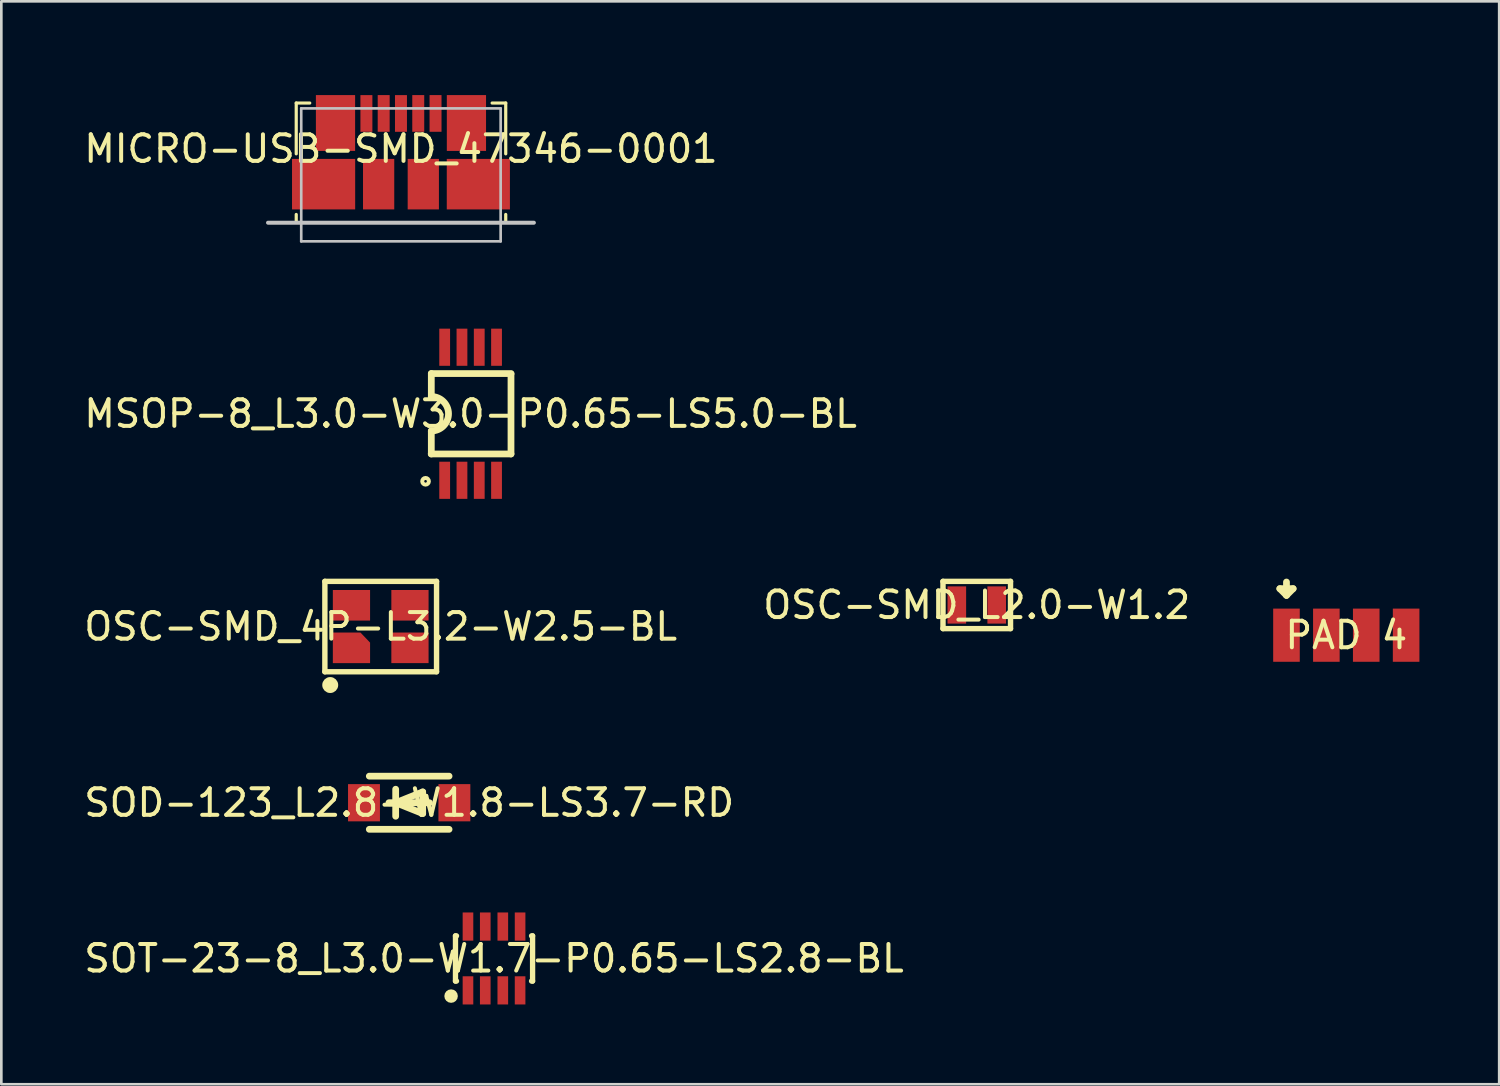
<source format=kicad_pcb>
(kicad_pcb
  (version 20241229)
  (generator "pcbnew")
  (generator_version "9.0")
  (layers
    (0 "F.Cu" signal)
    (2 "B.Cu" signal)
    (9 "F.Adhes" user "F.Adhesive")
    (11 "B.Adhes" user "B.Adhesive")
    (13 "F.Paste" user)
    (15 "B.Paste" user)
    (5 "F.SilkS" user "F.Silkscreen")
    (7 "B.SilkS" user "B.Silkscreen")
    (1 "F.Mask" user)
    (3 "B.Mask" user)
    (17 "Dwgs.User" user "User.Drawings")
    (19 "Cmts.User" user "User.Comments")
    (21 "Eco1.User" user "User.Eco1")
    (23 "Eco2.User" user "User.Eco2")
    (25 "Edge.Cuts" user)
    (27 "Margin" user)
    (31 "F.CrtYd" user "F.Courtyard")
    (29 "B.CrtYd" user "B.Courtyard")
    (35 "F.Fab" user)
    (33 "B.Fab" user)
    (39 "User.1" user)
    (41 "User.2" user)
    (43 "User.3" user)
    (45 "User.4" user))
  (footprint "OSC-SMD_4P-L3.2-W2.5-BL"
    (layer "F.Cu")
    (at 11.268 20.514)
    (property "Reference" "OSC-SMD_4P-L3.2-W2.5-BL" (at 0 0 0) (layer "F.SilkS") (effects (font (size 1 1) (thickness 0.15))))
    (fp_line (start -2.1 -1.7) (end -2.1 1.7) (stroke (width 0.203) (type default)) (layer "F.SilkS"))
    (fp_line (start -2.1 1.7) (end 2.1 1.7) (stroke (width 0.203) (type default)) (layer "F.SilkS"))
    (fp_line (start 2.1 -1.7) (end -2.1 -1.7) (stroke (width 0.203) (type default)) (layer "F.SilkS"))
    (fp_line (start 2.1 1.7) (end 2.1 -1.7) (stroke (width 0.203) (type default)) (layer "F.SilkS"))
    (fp_arc (start -1.8975 2.0495) (mid -1.89925 2.349507) (end -1.9 2.0495) (stroke (width 0.3) (type default)) (layer "F.SilkS"))
    (pad "1" smd custom (at -1.1 0.8) (size 0.000001 0.000001) (layers "F.Cu" "F.Mask" "F.Paste") (options (anchor circle)) (primitives (gr_poly (pts (xy -0.7 -0.575) (xy 0.338 -0.575) (xy 0.7 -0.196) (xy 0.7 0.575) (xy -0.7 0.575)) (width 0) (fill yes))))
    (pad "2" smd rect (at 1.1 0.8) (size 1.4 1.15) (layers "F.Cu" "F.Mask" "F.Paste"))
    (pad "3" smd rect (at 1.1 -0.8) (size 1.4 1.15) (layers "F.Cu" "F.Mask" "F.Paste"))
    (pad "4" smd rect (at -1.1 -0.8) (size 1.4 1.15) (layers "F.Cu" "F.Mask" "F.Paste")))
  (footprint "MSOP-8_L3.0-W3.0-P0.65-LS5.0-BL"
    (layer "F.Cu")
    (at 14.649 12.511)
    (property "Reference" "MSOP-8_L3.0-W3.0-P0.65-LS5.0-BL" (at 0 0 0) (layer "F.SilkS") (effects (font (size 1 1) (thickness 0.15))))
    (fp_line (start -1.481 1.512) (end 1.519 1.512) (stroke (width 0.254) (type default)) (layer "F.SilkS"))
    (fp_line (start -1.478 -1.512) (end 1.522 -1.512) (stroke (width 0.254) (type default)) (layer "F.SilkS"))
    (fp_line (start -1.478 -0.647) (end -1.478 -1.512) (stroke (width 0.254) (type default)) (layer "F.SilkS"))
    (fp_line (start -1.478 1.512) (end -1.478 0.647) (stroke (width 0.254) (type default)) (layer "F.SilkS"))
    (fp_line (start 1.519 1.512) (end 1.519 -1.488) (stroke (width 0.254) (type default)) (layer "F.SilkS"))
    (fp_arc (start -1.693 2.415) (mid -1.69475 2.665009) (end -1.6955 2.415) (stroke (width 0.15) (type default)) (layer "F.SilkS"))
    (fp_arc (start -1.4785 -0.6475) (mid -0.831 0) (end -1.4785 0.6475) (stroke (width 0.254) (type default)) (layer "F.SilkS"))
    (pad "1" smd rect (at -0.975 2.502 90) (size 1.397 0.406) (layers "F.Cu" "F.Mask" "F.Paste"))
    (pad "2" smd rect (at -0.325 2.502 90) (size 1.397 0.406) (layers "F.Cu" "F.Mask" "F.Paste"))
    (pad "3" smd rect (at 0.325 2.502 90) (size 1.397 0.406) (layers "F.Cu" "F.Mask" "F.Paste"))
    (pad "4" smd rect (at 0.975 2.502 90) (size 1.397 0.406) (layers "F.Cu" "F.Mask" "F.Paste"))
    (pad "5" smd rect (at 0.975 -2.502 90) (size 1.397 0.406) (layers "F.Cu" "F.Mask" "F.Paste"))
    (pad "6" smd rect (at 0.325 -2.502 90) (size 1.397 0.406) (layers "F.Cu" "F.Mask" "F.Paste"))
    (pad "7" smd rect (at -0.325 -2.502 90) (size 1.397 0.406) (layers "F.Cu" "F.Mask" "F.Paste"))
    (pad "8" smd rect (at -0.975 -2.502 90) (size 1.397 0.406) (layers "F.Cu" "F.Mask" "F.Paste")))
  (footprint "SOT-23-8_L3.0-W1.7-P0.65-LS2.8-BL"
    (layer "F.Cu")
    (at 15.53 32.997)
    (property "Reference" "SOT-23-8_L3.0-W1.7-P0.65-LS2.8-BL" (at 0 0 0) (layer "F.SilkS") (effects (font (size 1 1) (thickness 0.15))))
    (fp_line (start -1.45 -0.85) (end -1.411 -0.85) (stroke (width 0.2) (type default)) (layer "F.SilkS"))
    (fp_line (start -1.45 0) (end -1.45 -0.85) (stroke (width 0.2) (type default)) (layer "F.SilkS"))
    (fp_line (start -1.45 0.85) (end -1.45 0) (stroke (width 0.2) (type default)) (layer "F.SilkS"))
    (fp_line (start -1.411 0.85) (end -1.45 0.85) (stroke (width 0.2) (type default)) (layer "F.SilkS"))
    (fp_line (start 1.411 -0.85) (end 1.45 -0.85) (stroke (width 0.2) (type default)) (layer "F.SilkS"))
    (fp_line (start 1.45 -0.85) (end 1.45 0.85) (stroke (width 0.2) (type default)) (layer "F.SilkS"))
    (fp_line (start 1.45 0.85) (end 1.411 0.85) (stroke (width 0.2) (type default)) (layer "F.SilkS"))
    (fp_circle (center -1.615 1.415) (end -1.488 1.415) (stroke (width 0.254) (type default)) (fill no) (layer "F.SilkS"))
    (pad "1" smd rect (at -0.98 1.2 90) (size 1.06 0.4) (layers "F.Cu" "F.Mask" "F.Paste"))
    (pad "2" smd rect (at -0.33 1.2 90) (size 1.06 0.4) (layers "F.Cu" "F.Mask" "F.Paste"))
    (pad "3" smd rect (at 0.33 1.2 90) (size 1.06 0.4) (layers "F.Cu" "F.Mask" "F.Paste"))
    (pad "4" smd rect (at 0.98 1.2 90) (size 1.06 0.4) (layers "F.Cu" "F.Mask" "F.Paste"))
    (pad "5" smd rect (at 0.98 -1.2 90) (size 1.06 0.4) (layers "F.Cu" "F.Mask" "F.Paste"))
    (pad "6" smd rect (at 0.33 -1.2 90) (size 1.06 0.4) (layers "F.Cu" "F.Mask" "F.Paste"))
    (pad "7" smd rect (at -0.33 -1.2 90) (size 1.06 0.4) (layers "F.Cu" "F.Mask" "F.Paste"))
    (pad "8" smd rect (at -0.98 -1.2 90) (size 1.06 0.4) (layers "F.Cu" "F.Mask" "F.Paste")))
  (footprint "SOD-123_L2.8-W1.8-LS3.7-RD"
    (layer "F.Cu")
    (at 12.339 27.14)
    (property "Reference" "SOD-123_L2.8-W1.8-LS3.7-RD" (at 0 0 0) (layer "F.SilkS") (effects (font (size 1 1) (thickness 0.15))))
    (fp_line (start -1.5 -1) (end 1.5 -1) (stroke (width 0.254) (type default)) (layer "F.SilkS"))
    (fp_line (start -1.5 1) (end 1.5 1) (stroke (width 0.254) (type default)) (layer "F.SilkS"))
    (fp_line (start -0.762 0) (end 0.762 0) (stroke (width 0.254) (type default)) (layer "F.SilkS"))
    (fp_line (start -0.508 -0.508) (end -0.508 0.508) (stroke (width 0.254) (type default)) (layer "F.SilkS"))
    (fp_line (start -0.508 0) (end 0.508 -0.406) (stroke (width 0.254) (type default)) (layer "F.SilkS"))
    (fp_line (start 0.508 -0.406) (end 0.508 0.406) (stroke (width 0.254) (type default)) (layer "F.SilkS"))
    (fp_line (start 0.508 0.406) (end -0.508 0) (stroke (width 0.254) (type default)) (layer "F.SilkS"))
    (pad "1" smd rect (at -1.7 0) (size 1.2 1.4) (layers "F.Cu" "F.Mask" "F.Paste"))
    (pad "2" smd rect (at 1.7 0) (size 1.2 1.4) (layers "F.Cu" "F.Mask" "F.Paste")))
  (footprint "PAD 4"
    (layer "F.Cu")
    (at 47.583 20.839)
    (property "Reference" "PAD 4" (at 0 0 0) (layer "F.SilkS") (effects (font (size 1 1) (thickness 0.15))))
    (fp_line (start -2.5 -1.75) (end -2.25 -1.75) (stroke (width 0.254) (type default)) (layer "F.SilkS"))
    (fp_line (start -2.25 -2) (end -2.25 -1.75) (stroke (width 0.254) (type default)) (layer "F.SilkS"))
    (fp_line (start -2.25 -1.75) (end -2.25 -1.5) (stroke (width 0.254) (type default)) (layer "F.SilkS"))
    (fp_line (start -2.25 -1.75) (end -2 -1.75) (stroke (width 0.254) (type default)) (layer "F.SilkS"))
    (fp_line (start -2.25 -1.5) (end -2.5 -1.75) (stroke (width 0.254) (type default)) (layer "F.SilkS"))
    (fp_line (start -2 -1.75) (end -2.25 -1.5) (stroke (width 0.254) (type default)) (layer "F.SilkS"))
    (pad "1" smd rect (at -2.25 0 180) (size 1 2) (layers "F.Cu" "F.Mask" "F.Paste"))
    (pad "2" smd rect (at -0.75 0 180) (size 1 2) (layers "F.Cu" "F.Mask" "F.Paste"))
    (pad "3" smd rect (at 0.75 0 180) (size 1 2) (layers "F.Cu" "F.Mask" "F.Paste"))
    (pad "4" smd rect (at 2.25 0 180) (size 1 2) (layers "F.Cu" "F.Mask" "F.Paste")))
  (footprint "MICRO-USB-SMD_47346-0001"
    (layer "F.Cu")
    (at 12.03 2.546)
    (property "Reference" "MICRO-USB-SMD_47346-0001" (at 0 0 0) (layer "F.SilkS") (effects (font (size 1 1) (thickness 0.15))))
    (fp_line (start -3.939 -1.721) (end -3.431 -1.721) (stroke (width 0.12) (type default)) (layer "F.SilkS"))
    (fp_line (start -3.939 0.189) (end -3.939 -1.721) (stroke (width 0.12) (type default)) (layer "F.SilkS"))
    (fp_line (start -3.939 2.729) (end -3.939 2.47) (stroke (width 0.12) (type default)) (layer "F.SilkS"))
    (fp_line (start 3.94 -1.721) (end 3.429 -1.721) (stroke (width 0.12) (type default)) (layer "F.SilkS"))
    (fp_line (start 3.94 0.189) (end 3.94 -1.721) (stroke (width 0.12) (type default)) (layer "F.SilkS"))
    (fp_line (start 3.94 2.47) (end 3.94 2.729) (stroke (width 0.12) (type default)) (layer "F.SilkS"))
    (fp_line (start -5 2.78) (end 4.999 2.78) (stroke (width 0.15) (type default)) (layer "Dwgs.User"))
    (fp_line (start -3.751 -1.52) (end 3.749 -1.52) (stroke (width 0.1) (type default)) (layer "Dwgs.User"))
    (fp_line (start -3.751 3.481) (end -3.751 -1.52) (stroke (width 0.1) (type default)) (layer "Dwgs.User"))
    (fp_line (start 3.749 -1.52) (end 3.749 3.481) (stroke (width 0.1) (type default)) (layer "Dwgs.User"))
    (fp_line (start 3.749 3.481) (end -3.751 3.481) (stroke (width 0.1) (type default)) (layer "Dwgs.User"))
    (fp_line (start -4.599 -2.521) (end 4.601 -2.521) (stroke (width 0.05) (type default)) (layer "Eco2.User"))
    (fp_line (start -4.599 3.74) (end -4.599 -2.521) (stroke (width 0.05) (type default)) (layer "Eco2.User"))
    (fp_line (start 4.601 -2.521) (end 4.601 3.74) (stroke (width 0.05) (type default)) (layer "Eco2.User"))
    (fp_line (start 4.601 3.74) (end -4.599 3.74) (stroke (width 0.05) (type default)) (layer "Eco2.User"))
    (pad "1" smd rect (at -1.3 -1.329 90) (size 1.38 0.45) (layers "F.Cu" "F.Mask" "F.Paste"))
    (pad "2" smd rect (at -0.65 -1.33 90) (size 1.38 0.45) (layers "F.Cu" "F.Mask" "F.Paste"))
    (pad "3" smd rect (at 0 -1.329 90) (size 1.38 0.45) (layers "F.Cu" "F.Mask" "F.Paste"))
    (pad "4" smd rect (at 0.65 -1.33 90) (size 1.38 0.45) (layers "F.Cu" "F.Mask" "F.Paste"))
    (pad "5" smd rect (at 1.3 -1.33 90) (size 1.38 0.45) (layers "F.Cu" "F.Mask" "F.Paste"))
    (pad "6" smd rect (at -2.91 1.33 90) (size 1.9 2.375) (layers "F.Cu" "F.Mask" "F.Paste"))
    (pad "6" smd rect (at -2.462 -0.97 90) (size 2.1 1.475) (layers "F.Cu" "F.Mask" "F.Paste"))
    (pad "6" smd rect (at -0.84 1.33 90) (size 1.9 1.175) (layers "F.Cu" "F.Mask" "F.Paste"))
    (pad "6" smd rect (at 0.84 1.33 90) (size 1.9 1.175) (layers "F.Cu" "F.Mask" "F.Paste"))
    (pad "6" smd rect (at 2.462 -0.97 90) (size 2.1 1.475) (layers "F.Cu" "F.Mask" "F.Paste"))
    (pad "6" smd rect (at 2.91 1.33 90) (size 1.9 2.375) (layers "F.Cu" "F.Mask" "F.Paste")))
  (footprint "OSC-SMD_L2.0-W1.2"
    (layer "F.Cu")
    (at 33.685 19.703)
    (property "Reference" "OSC-SMD_L2.0-W1.2" (at 0 0 0) (layer "F.SilkS") (effects (font (size 1 1) (thickness 0.15))))
    (fp_line (start -1.27 -0.889) (end 1.27 -0.889) (stroke (width 0.203) (type default)) (layer "F.SilkS"))
    (fp_line (start -1.27 0.889) (end -1.27 -0.889) (stroke (width 0.203) (type default)) (layer "F.SilkS"))
    (fp_line (start 1.27 -0.889) (end 1.27 0.889) (stroke (width 0.203) (type default)) (layer "F.SilkS"))
    (fp_line (start 1.27 0.889) (end -1.27 0.889) (stroke (width 0.203) (type default)) (layer "F.SilkS"))
    (pad "1" smd rect (at -0.75 0 90) (size 1.4 0.7) (layers "F.Cu" "F.Mask" "F.Paste"))
    (pad "2" smd rect (at 0.75 0 90) (size 1.4 0.7) (layers "F.Cu" "F.Mask" "F.Paste")))
  (gr_rect
    (start -3 -3)
    (end 53.333 37.727)
    (stroke (width 0.1) (type default))
    (fill no)
    (layer "Edge.Cuts")))
</source>
